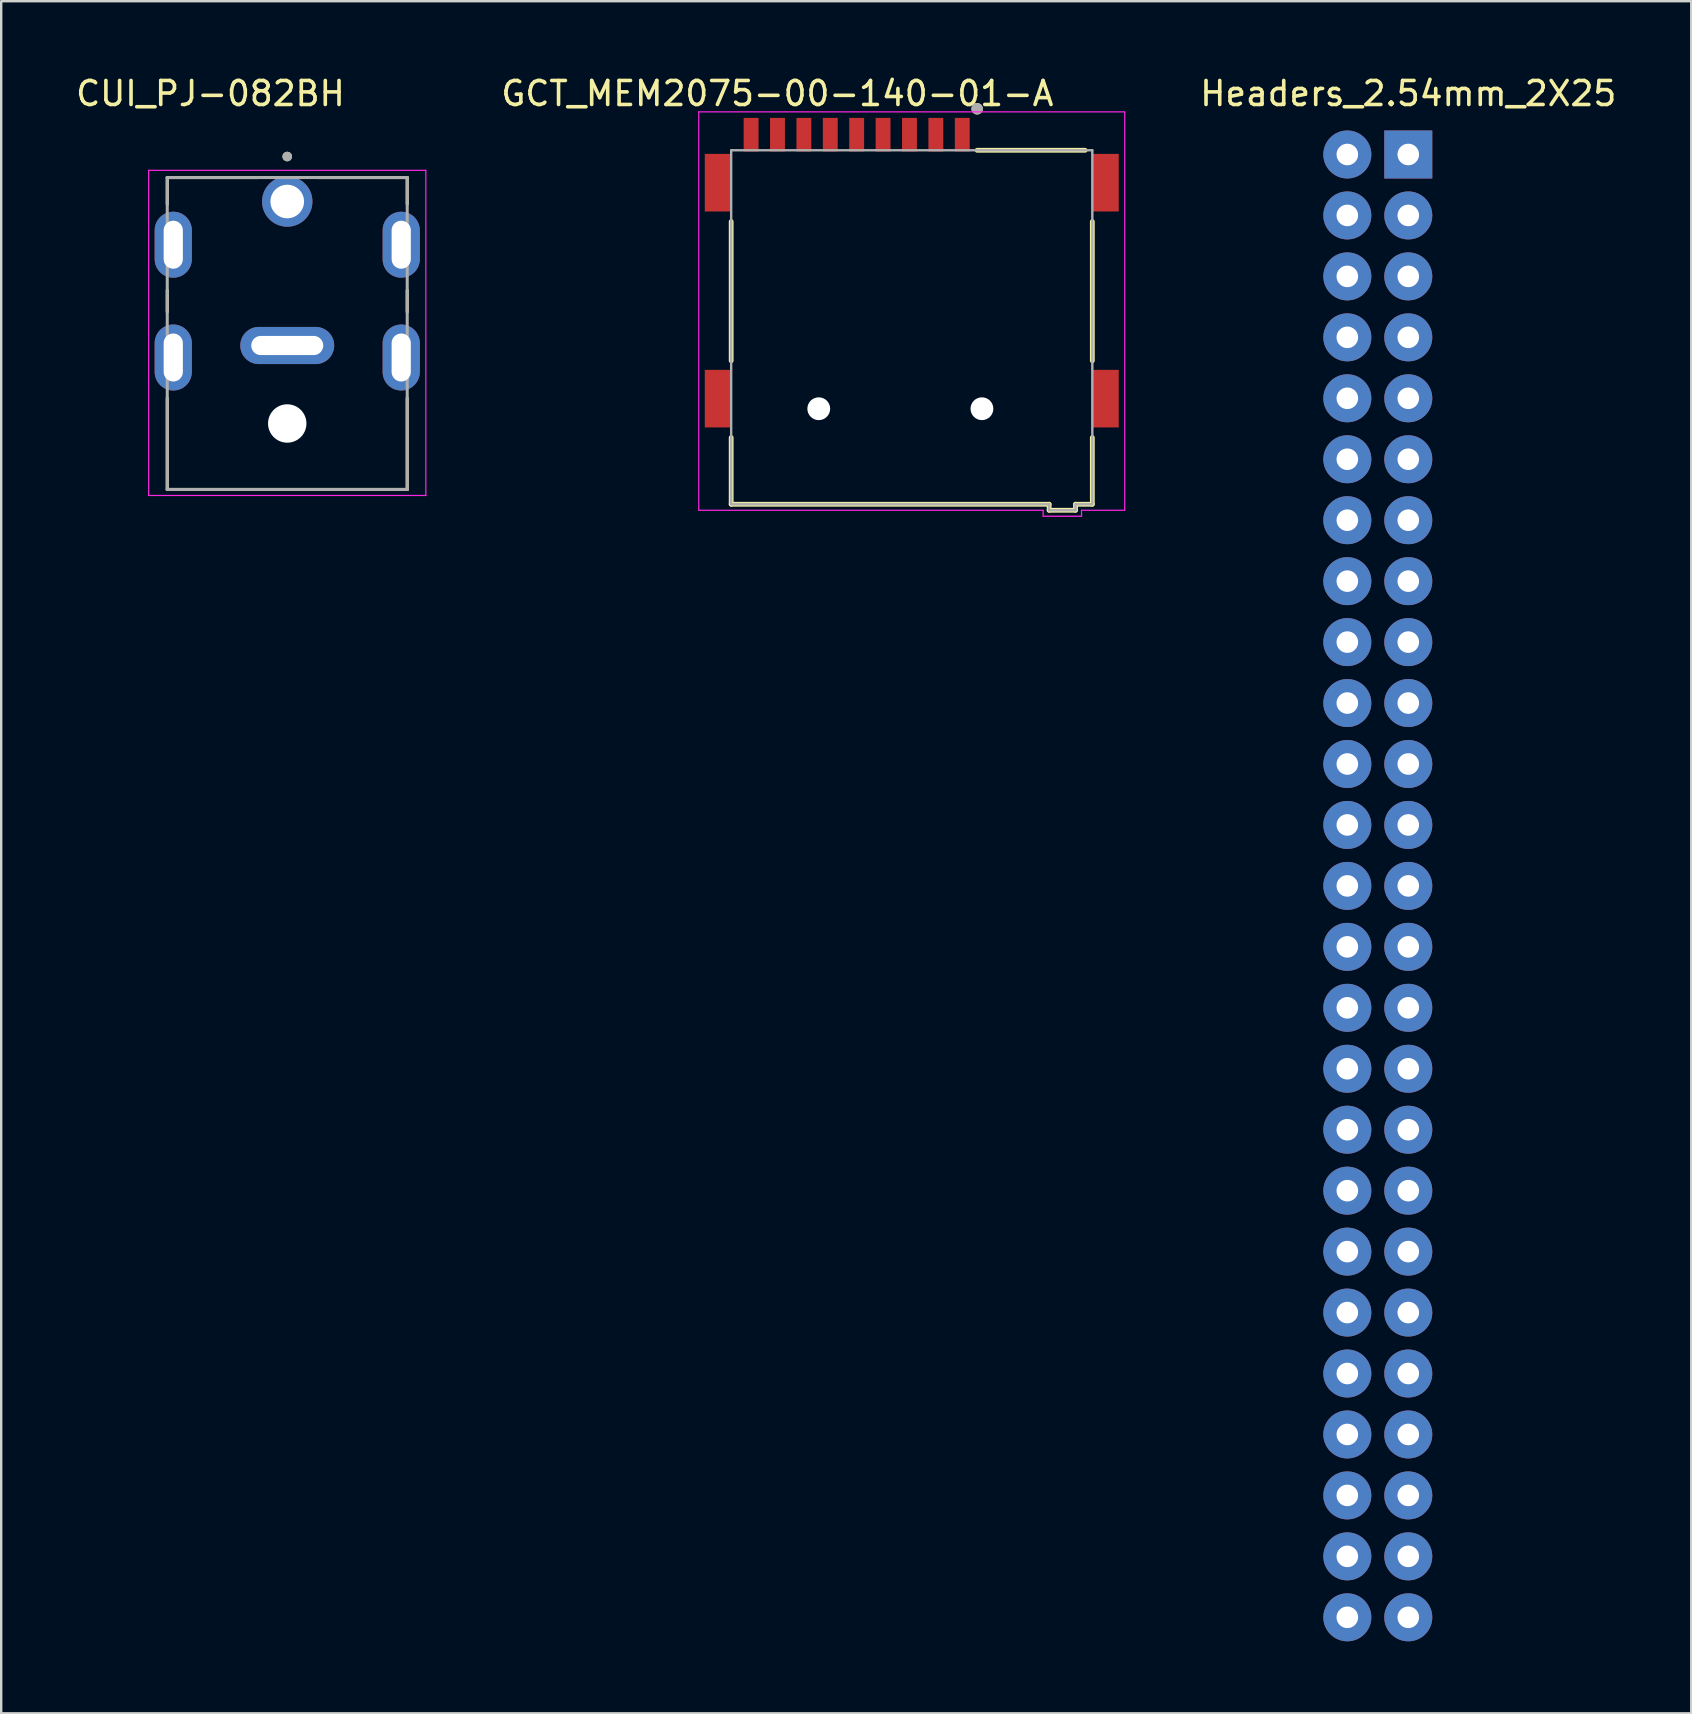
<source format=kicad_pcb>
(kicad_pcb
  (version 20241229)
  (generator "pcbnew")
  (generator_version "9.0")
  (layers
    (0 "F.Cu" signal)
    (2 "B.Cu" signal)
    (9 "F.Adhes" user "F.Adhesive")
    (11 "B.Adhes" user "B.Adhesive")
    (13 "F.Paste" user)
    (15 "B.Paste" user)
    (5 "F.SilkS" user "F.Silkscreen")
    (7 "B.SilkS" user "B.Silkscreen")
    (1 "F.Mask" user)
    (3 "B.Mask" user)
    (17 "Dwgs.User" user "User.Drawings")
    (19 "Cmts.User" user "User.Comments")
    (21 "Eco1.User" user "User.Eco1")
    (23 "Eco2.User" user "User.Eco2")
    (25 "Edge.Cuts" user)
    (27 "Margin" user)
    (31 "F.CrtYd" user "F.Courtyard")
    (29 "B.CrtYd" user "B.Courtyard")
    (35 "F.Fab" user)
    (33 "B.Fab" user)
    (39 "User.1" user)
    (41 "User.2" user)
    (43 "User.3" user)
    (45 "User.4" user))
  (footprint "Headers_2.54mm_2X25"
    (layer "F.Cu")
    (at 55.637 3.388)
    (property "Reference" "Headers_2.54mm_2X25" (at 0 -2.54 0) (layer "F.SilkS") (effects (font (size 1 1) (thickness 0.15))))
    (attr through_hole)
    (pad "1" thru_hole rect (at 0 0) (size 2 2) (drill 0.9) (layers "*.Cu" "*.Mask"))
    (pad "2" thru_hole circle (at 0 2.54) (size 2 2) (drill 0.9) (layers "*.Cu" "*.Mask"))
    (pad "3" thru_hole circle (at 0 5.08) (size 2 2) (drill 0.9) (layers "*.Cu" "*.Mask"))
    (pad "4" thru_hole circle (at 0 7.62) (size 2 2) (drill 0.9) (layers "*.Cu" "*.Mask"))
    (pad "5" thru_hole circle (at 0 10.16) (size 2 2) (drill 0.9) (layers "*.Cu" "*.Mask"))
    (pad "6" thru_hole circle (at 0 12.7) (size 2 2) (drill 0.9) (layers "*.Cu" "*.Mask"))
    (pad "7" thru_hole circle (at 0 15.24) (size 2 2) (drill 0.9) (layers "*.Cu" "*.Mask"))
    (pad "8" thru_hole circle (at 0 17.78) (size 2 2) (drill 0.9) (layers "*.Cu" "*.Mask"))
    (pad "9" thru_hole circle (at 0 20.32) (size 2 2) (drill 0.9) (layers "*.Cu" "*.Mask"))
    (pad "10" thru_hole circle (at 0 22.86) (size 2 2) (drill 0.9) (layers "*.Cu" "*.Mask"))
    (pad "11" thru_hole circle (at 0 25.4) (size 2 2) (drill 0.9) (layers "*.Cu" "*.Mask"))
    (pad "12" thru_hole circle (at 0 27.94) (size 2 2) (drill 0.9) (layers "*.Cu" "*.Mask"))
    (pad "13" thru_hole circle (at 0 30.48) (size 2 2) (drill 0.9) (layers "*.Cu" "*.Mask"))
    (pad "14" thru_hole circle (at 0 33.02) (size 2 2) (drill 0.9) (layers "*.Cu" "*.Mask"))
    (pad "15" thru_hole circle (at 0 35.56) (size 2 2) (drill 0.9) (layers "*.Cu" "*.Mask"))
    (pad "16" thru_hole circle (at 0 38.1) (size 2 2) (drill 0.9) (layers "*.Cu" "*.Mask"))
    (pad "17" thru_hole circle (at 0 40.64) (size 2 2) (drill 0.9) (layers "*.Cu" "*.Mask"))
    (pad "18" thru_hole circle (at 0 43.18) (size 2 2) (drill 0.9) (layers "*.Cu" "*.Mask"))
    (pad "19" thru_hole circle (at 0 45.72) (size 2 2) (drill 0.9) (layers "*.Cu" "*.Mask"))
    (pad "20" thru_hole circle (at 0 48.26) (size 2 2) (drill 0.9) (layers "*.Cu" "*.Mask"))
    (pad "21" thru_hole circle (at 0 50.8) (size 2 2) (drill 0.9) (layers "*.Cu" "*.Mask"))
    (pad "22" thru_hole circle (at 0 53.34) (size 2 2) (drill 0.9) (layers "*.Cu" "*.Mask"))
    (pad "23" thru_hole circle (at 0 55.88) (size 2 2) (drill 0.9) (layers "*.Cu" "*.Mask"))
    (pad "24" thru_hole circle (at 0 58.42) (size 2 2) (drill 0.9) (layers "*.Cu" "*.Mask"))
    (pad "25" thru_hole circle (at 0 60.96) (size 2 2) (drill 0.9) (layers "*.Cu" "*.Mask"))
    (pad "26" thru_hole circle (at -2.54 60.96) (size 2 2) (drill 0.9) (layers "*.Cu" "*.Mask"))
    (pad "27" thru_hole circle (at -2.54 58.42) (size 2 2) (drill 0.9) (layers "*.Cu" "*.Mask"))
    (pad "28" thru_hole circle (at -2.54 55.88) (size 2 2) (drill 0.9) (layers "*.Cu" "*.Mask"))
    (pad "29" thru_hole circle (at -2.54 53.34) (size 2 2) (drill 0.9) (layers "*.Cu" "*.Mask"))
    (pad "30" thru_hole circle (at -2.54 50.8) (size 2 2) (drill 0.9) (layers "*.Cu" "*.Mask"))
    (pad "31" thru_hole circle (at -2.54 48.26) (size 2 2) (drill 0.9) (layers "*.Cu" "*.Mask"))
    (pad "32" thru_hole circle (at -2.54 45.72) (size 2 2) (drill 0.9) (layers "*.Cu" "*.Mask"))
    (pad "33" thru_hole circle (at -2.54 43.18) (size 2 2) (drill 0.9) (layers "*.Cu" "*.Mask"))
    (pad "34" thru_hole circle (at -2.54 40.64) (size 2 2) (drill 0.9) (layers "*.Cu" "*.Mask"))
    (pad "35" thru_hole circle (at -2.54 38.1) (size 2 2) (drill 0.9) (layers "*.Cu" "*.Mask"))
    (pad "36" thru_hole circle (at -2.54 35.56) (size 2 2) (drill 0.9) (layers "*.Cu" "*.Mask"))
    (pad "37" thru_hole circle (at -2.54 33.02) (size 2 2) (drill 0.9) (layers "*.Cu" "*.Mask"))
    (pad "38" thru_hole circle (at -2.54 30.48) (size 2 2) (drill 0.9) (layers "*.Cu" "*.Mask"))
    (pad "39" thru_hole circle (at -2.54 27.94) (size 2 2) (drill 0.9) (layers "*.Cu" "*.Mask"))
    (pad "40" thru_hole circle (at -2.54 25.4) (size 2 2) (drill 0.9) (layers "*.Cu" "*.Mask"))
    (pad "41" thru_hole circle (at -2.54 22.86) (size 2 2) (drill 0.9) (layers "*.Cu" "*.Mask"))
    (pad "42" thru_hole circle (at -2.54 20.32) (size 2 2) (drill 0.9) (layers "*.Cu" "*.Mask"))
    (pad "43" thru_hole circle (at -2.54 17.78) (size 2 2) (drill 0.9) (layers "*.Cu" "*.Mask"))
    (pad "44" thru_hole circle (at -2.54 15.24) (size 2 2) (drill 0.9) (layers "*.Cu" "*.Mask"))
    (pad "45" thru_hole circle (at -2.54 12.7) (size 2 2) (drill 0.9) (layers "*.Cu" "*.Mask"))
    (pad "46" thru_hole circle (at -2.54 10.16) (size 2 2) (drill 0.9) (layers "*.Cu" "*.Mask"))
    (pad "47" thru_hole circle (at -2.54 7.62) (size 2 2) (drill 0.9) (layers "*.Cu" "*.Mask"))
    (pad "48" thru_hole circle (at -2.54 5.08) (size 2 2) (drill 0.9) (layers "*.Cu" "*.Mask"))
    (pad "49" thru_hole circle (at -2.54 2.54) (size 2 2) (drill 0.9) (layers "*.Cu" "*.Mask"))
    (pad "50" thru_hole circle (at -2.54 0) (size 2 2) (drill 0.9) (layers "*.Cu" "*.Mask")))
  (footprint "GCT_MEM2075-00-140-01-A"
    (layer "F.Cu")
    (at 34.47 13.983)
    (property "Reference" "GCT_MEM2075-00-140-01-A" (at -5.125 -13.135 0) (layer "F.SilkS") (effects (font (size 1 1) (thickness 0.15))))
    (attr smd)
    (fp_line (start -7.05 -2) (end -7.05 -7.8) (stroke (width 0.2) (type solid)) (layer "F.SilkS"))
    (fp_line (start -7.05 3.98) (end -7.05 1.2) (stroke (width 0.2) (type solid)) (layer "F.SilkS"))
    (fp_line (start -7.05 3.98) (end 6.2 3.98) (stroke (width 0.2) (type solid)) (layer "F.SilkS"))
    (fp_line (start 3.2 -10.77) (end 7.7 -10.77) (stroke (width 0.2) (type solid)) (layer "F.SilkS"))
    (fp_line (start 6.2 3.98) (end 6.2 4.23) (stroke (width 0.2) (type solid)) (layer "F.SilkS"))
    (fp_line (start 6.2 4.23) (end 7.3 4.23) (stroke (width 0.2) (type solid)) (layer "F.SilkS"))
    (fp_line (start 7.3 3.98) (end 8 3.98) (stroke (width 0.2) (type solid)) (layer "F.SilkS"))
    (fp_line (start 7.3 4.23) (end 7.3 3.98) (stroke (width 0.2) (type solid)) (layer "F.SilkS"))
    (fp_line (start 8 -2) (end 8 -7.8) (stroke (width 0.2) (type solid)) (layer "F.SilkS"))
    (fp_line (start 8 3.98) (end 8 1.2) (stroke (width 0.2) (type solid)) (layer "F.SilkS"))
    (fp_circle (center 3.2 -12.5) (end 3.32 -12.5) (stroke (width 0.24) (type solid)) (fill no) (layer "F.SilkS"))
    (fp_line (start -8.4 -12.37) (end 9.35 -12.37) (stroke (width 0.05) (type solid)) (layer "F.CrtYd"))
    (fp_line (start -8.4 4.23) (end -8.4 -12.37) (stroke (width 0.05) (type solid)) (layer "F.CrtYd"))
    (fp_line (start -8.4 4.23) (end 5.95 4.23) (stroke (width 0.05) (type solid)) (layer "F.CrtYd"))
    (fp_line (start 5.95 4.23) (end 5.95 4.48) (stroke (width 0.05) (type solid)) (layer "F.CrtYd"))
    (fp_line (start 5.95 4.48) (end 7.55 4.48) (stroke (width 0.05) (type solid)) (layer "F.CrtYd"))
    (fp_line (start 7.55 4.23) (end 9.35 4.23) (stroke (width 0.05) (type solid)) (layer "F.CrtYd"))
    (fp_line (start 7.55 4.48) (end 7.55 4.23) (stroke (width 0.05) (type solid)) (layer "F.CrtYd"))
    (fp_line (start 9.35 -12.37) (end 9.35 4.23) (stroke (width 0.05) (type solid)) (layer "F.CrtYd"))
    (fp_line (start -7.05 -10.77) (end 8 -10.77) (stroke (width 0.1) (type solid)) (layer "F.Fab"))
    (fp_line (start -7.05 3.98) (end -7.05 -10.77) (stroke (width 0.1) (type solid)) (layer "F.Fab"))
    (fp_line (start -7.05 3.98) (end 6.2 3.98) (stroke (width 0.1) (type solid)) (layer "F.Fab"))
    (fp_line (start 6.2 3.98) (end 6.2 4.23) (stroke (width 0.1) (type solid)) (layer "F.Fab"))
    (fp_line (start 6.2 4.23) (end 7.3 4.23) (stroke (width 0.1) (type solid)) (layer "F.Fab"))
    (fp_line (start 7.3 3.98) (end 8 3.98) (stroke (width 0.1) (type solid)) (layer "F.Fab"))
    (fp_line (start 7.3 4.23) (end 7.3 3.98) (stroke (width 0.1) (type solid)) (layer "F.Fab"))
    (fp_line (start 8 3.98) (end 8 -10.77) (stroke (width 0.1) (type solid)) (layer "F.Fab"))
    (fp_circle (center 3.2 -12.5) (end 3.32 -12.5) (stroke (width 0.24) (type solid)) (fill no) (layer "F.Fab"))
    (pad "" np_thru_hole circle (at -3.4 0) (size 0.95 0.95) (drill 0.95) (layers "*.Cu" "*.Mask"))
    (pad "" np_thru_hole circle (at 3.4 0) (size 0.95 0.95) (drill 0.95) (layers "*.Cu" "*.Mask"))
    (pad "P1" smd rect (at 2.58 -11.42) (size 0.62 1.4) (layers "F.Cu" "F.Mask" "F.Paste"))
    (pad "P2" smd rect (at 1.48 -11.42) (size 0.62 1.4) (layers "F.Cu" "F.Mask" "F.Paste"))
    (pad "P3" smd rect (at 0.38 -11.42) (size 0.62 1.4) (layers "F.Cu" "F.Mask" "F.Paste"))
    (pad "P4" smd rect (at -0.72 -11.42) (size 0.62 1.4) (layers "F.Cu" "F.Mask" "F.Paste"))
    (pad "P5" smd rect (at -1.82 -11.42) (size 0.62 1.4) (layers "F.Cu" "F.Mask" "F.Paste"))
    (pad "P6" smd rect (at -2.92 -11.42) (size 0.62 1.4) (layers "F.Cu" "F.Mask" "F.Paste"))
    (pad "P7" smd rect (at -4.02 -11.42) (size 0.62 1.4) (layers "F.Cu" "F.Mask" "F.Paste"))
    (pad "P8" smd rect (at -5.12 -11.42) (size 0.62 1.4) (layers "F.Cu" "F.Mask" "F.Paste"))
    (pad "P9" smd rect (at -6.22 -11.42) (size 0.62 1.4) (layers "F.Cu" "F.Mask" "F.Paste"))
    (pad "SH1" smd rect (at -7.6 -9.42) (size 1.1 2.4) (layers "F.Cu" "F.Mask" "F.Paste"))
    (pad "SH1" smd rect (at -7.6 -0.42) (size 1.1 2.4) (layers "F.Cu" "F.Mask" "F.Paste"))
    (pad "SH1" smd rect (at 8.55 -9.42) (size 1.1 2.4) (layers "F.Cu" "F.Mask" "F.Paste"))
    (pad "SH1" smd rect (at 8.55 -0.42) (size 1.1 2.4) (layers "F.Cu" "F.Mask" "F.Paste"))
    (zone (net_name "") (layer "F.Cu") (hatch full 0.508) (connect_pads) (min_thickness 0.01) (filled_areas_thickness no) (keepout (tracks not_allowed) (vias not_allowed) (pads not_allowed) (copperpour not_allowed) (footprints allowed)) (placement (enabled no)) (fill) (polygon (pts (xy 27.42 6.063) (xy 37.62 6.063) (xy 37.62 10.113) (xy 27.42 10.113))))
    (zone (net_name "") (layers "F.Cu" "B.Cu") (hatch full 0.508) (connect_pads) (min_thickness 0.01) (filled_areas_thickness no) (keepout (tracks allowed) (vias not_allowed) (pads allowed) (copperpour allowed) (footprints allowed)) (placement (enabled no)) (fill) (polygon (pts (xy 27.42 6.063) (xy 37.62 6.063) (xy 37.62 10.113) (xy 27.42 10.113)))))
  (footprint "CUI_PJ-082BH"
    (layer "F.Cu")
    (at 8.92 14.598)
    (property "Reference" "CUI_PJ-082BH" (at -3.2 -13.75 0) (layer "F.SilkS") (effects (font (size 1 1) (thickness 0.15))))
    (attr through_hole)
    (fp_line (start -5 -10.25) (end -5 -9.145) (stroke (width 0.127) (type solid)) (layer "F.SilkS"))
    (fp_line (start -5 -5.55) (end -5 -4.65) (stroke (width 0.127) (type solid)) (layer "F.SilkS"))
    (fp_line (start -5 2.75) (end -5 -1.055) (stroke (width 0.127) (type solid)) (layer "F.SilkS"))
    (fp_line (start -5 2.75) (end 5 2.75) (stroke (width 0.127) (type solid)) (layer "F.SilkS"))
    (fp_line (start -1.195 -10.25) (end -5 -10.25) (stroke (width 0.127) (type solid)) (layer "F.SilkS"))
    (fp_line (start 5 -10.25) (end 1.245 -10.25) (stroke (width 0.127) (type solid)) (layer "F.SilkS"))
    (fp_line (start 5 -10.25) (end 5 -9.145) (stroke (width 0.127) (type solid)) (layer "F.SilkS"))
    (fp_line (start 5 -5.55) (end 5 -4.65) (stroke (width 0.127) (type solid)) (layer "F.SilkS"))
    (fp_line (start 5 2.75) (end 5 -1.055) (stroke (width 0.127) (type solid)) (layer "F.SilkS"))
    (fp_circle (center 0 -11.125) (end 0.1 -11.125) (stroke (width 0.2) (type solid)) (fill no) (layer "F.SilkS"))
    (fp_line (start -5.775 -10.55) (end -5.775 3) (stroke (width 0.05) (type solid)) (layer "F.CrtYd"))
    (fp_line (start -5.775 3) (end 5.775 3) (stroke (width 0.05) (type solid)) (layer "F.CrtYd"))
    (fp_line (start 5.775 -10.55) (end -5.775 -10.55) (stroke (width 0.05) (type solid)) (layer "F.CrtYd"))
    (fp_line (start 5.775 3) (end 5.775 -10.55) (stroke (width 0.05) (type solid)) (layer "F.CrtYd"))
    (fp_line (start -5 -10.25) (end -5 2.75) (stroke (width 0.127) (type solid)) (layer "F.Fab"))
    (fp_line (start -5 2.75) (end 5 2.75) (stroke (width 0.127) (type solid)) (layer "F.Fab"))
    (fp_line (start 5 -10.25) (end -5 -10.25) (stroke (width 0.127) (type solid)) (layer "F.Fab"))
    (fp_line (start 5 2.75) (end 5 -10.25) (stroke (width 0.127) (type solid)) (layer "F.Fab"))
    (fp_circle (center 0 -11.125) (end 0.1 -11.125) (stroke (width 0.2) (type solid)) (fill no) (layer "F.Fab"))
    (pad "" np_thru_hole circle (at 0 0) (size 1.6 1.6) (drill 1.6) (layers "*.Cu" "*.Mask"))
    (pad "1" thru_hole circle (at 0 -9.25) (size 2.1 2.1) (drill 1.4) (layers "*.Cu" "*.Mask"))
    (pad "2" thru_hole oval (at 0 -3.25) (size 3.914 1.55) (drill oval 3 0.8) (layers "*.Cu" "*.Mask"))
    (pad "SH" thru_hole oval (at -4.75 -7.45) (size 1.55 2.75) (drill oval 0.8 2) (layers "*.Cu" "*.Mask"))
    (pad "SH" thru_hole oval (at -4.75 -2.75) (size 1.55 2.75) (drill oval 0.8 2) (layers "*.Cu" "*.Mask"))
    (pad "SH" thru_hole oval (at 4.75 -7.45) (size 1.55 2.75) (drill oval 0.8 2) (layers "*.Cu" "*.Mask"))
    (pad "SH" thru_hole oval (at 4.75 -2.75) (size 1.55 2.75) (drill oval 0.8 2) (layers "*.Cu" "*.Mask")))
  (gr_rect
    (start -3 -3)
    (end 67.429 68.348)
    (stroke (width 0.1) (type default))
    (fill no)
    (layer "Edge.Cuts")))
</source>
